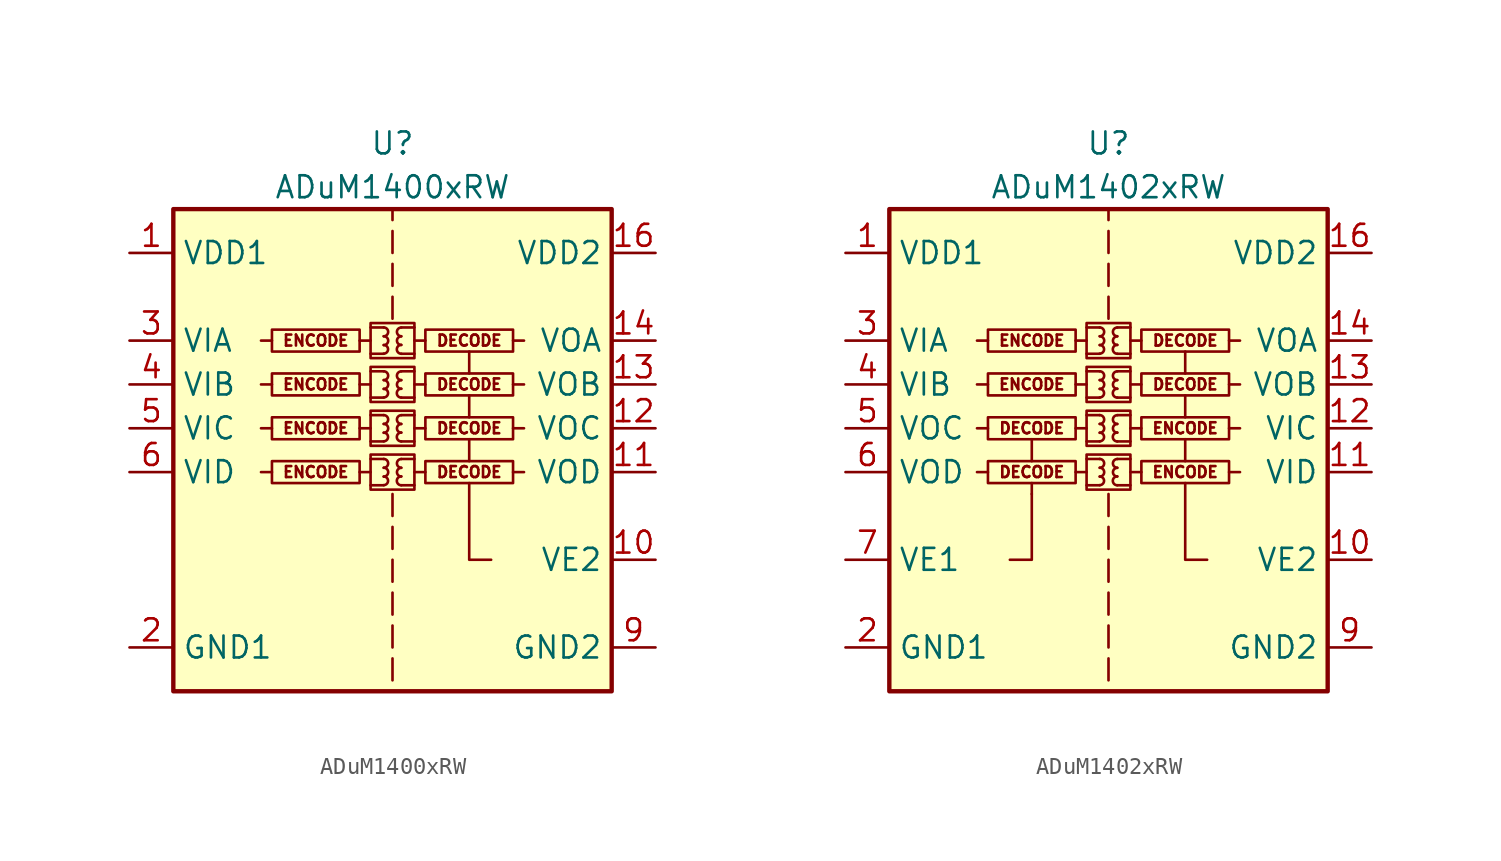
<source format=kicad_sym>
(kicad_symbol_lib
  (version 20220914)
  (generator kicad_symbol_editor)
  (symbol "ADuM1400xRW"
    (property "Reference" "U"
      (at 0 19.05 0)
      (effects (font (size 1.27 1.27))))
    (property "Value" "ADuM1400xRW"
      (at 0 16.51 0)
      (effects (font (size 1.27 1.27))))
    (symbol "ADuM1400xRW_0_0"
      (rectangle (start -1.905 0.635) (end -6.985 -0.635) (stroke (width 0) (type default)) (fill (type none)))
      (rectangle (start -1.27 1.016) (end 1.27 -1.016) (stroke (width 0) (type default)) (fill (type none)))
      (rectangle (start -1.27 3.556) (end 1.27 1.524) (stroke (width 0) (type default)) (fill (type none)))
      (rectangle (start -1.27 6.096) (end 1.27 4.064) (stroke (width 0) (type default)) (fill (type none)))
      (rectangle (start -1.27 8.636) (end 1.27 6.604) (stroke (width 0) (type default)) (fill (type none)))
      (arc (start -0.508 -0.762) (mid -0.2551 -0.508) (end -0.508 -0.254) (stroke (width 0) (type default)) (fill (type none)))
      (arc (start -0.508 -0.254) (mid -0.2551 0) (end -0.508 0.254) (stroke (width 0) (type default)) (fill (type none)))
      (arc (start -0.508 0.254) (mid -0.2551 0.508) (end -0.508 0.762) (stroke (width 0) (type default)) (fill (type none)))
      (arc (start -0.508 1.778) (mid -0.2551 2.032) (end -0.508 2.286) (stroke (width 0) (type default)) (fill (type none)))
      (arc (start -0.508 2.286) (mid -0.2551 2.54) (end -0.508 2.794) (stroke (width 0) (type default)) (fill (type none)))
      (arc (start -0.508 2.794) (mid -0.2551 3.048) (end -0.508 3.302) (stroke (width 0) (type default)) (fill (type none)))
      (arc (start -0.508 4.318) (mid -0.2551 4.572) (end -0.508 4.826) (stroke (width 0) (type default)) (fill (type none)))
      (arc (start -0.508 4.826) (mid -0.2551 5.08) (end -0.508 5.334) (stroke (width 0) (type default)) (fill (type none)))
      (arc (start -0.508 5.334) (mid -0.2551 5.588) (end -0.508 5.842) (stroke (width 0) (type default)) (fill (type none)))
      (arc (start -0.508 6.858) (mid -0.2551 7.112) (end -0.508 7.366) (stroke (width 0) (type default)) (fill (type none)))
      (arc (start -0.508 7.366) (mid -0.2551 7.62) (end -0.508 7.874) (stroke (width 0) (type default)) (fill (type none)))
      (arc (start -0.508 7.874) (mid -0.2551 8.128) (end -0.508 8.382) (stroke (width 0) (type default)) (fill (type none)))
      (polyline (pts (xy -6.985 0) (xy -7.62 0)) (stroke (width 0) (type default)) (fill (type none)))
      (polyline (pts (xy -6.985 2.54) (xy -7.62 2.54)) (stroke (width 0) (type default)) (fill (type none)))
      (polyline (pts (xy -6.985 5.08) (xy -7.62 5.08)) (stroke (width 0) (type default)) (fill (type none)))
      (polyline (pts (xy -6.985 7.62) (xy -7.62 7.62)) (stroke (width 0) (type default)) (fill (type none)))
      (polyline (pts (xy -1.905 0) (xy -1.27 0)) (stroke (width 0) (type default)) (fill (type none)))
      (polyline (pts (xy -1.905 2.54) (xy -1.27 2.54)) (stroke (width 0) (type default)) (fill (type none)))
      (polyline (pts (xy -1.905 5.08) (xy -1.27 5.08)) (stroke (width 0) (type default)) (fill (type none)))
      (polyline (pts (xy -1.905 7.62) (xy -1.27 7.62)) (stroke (width 0) (type default)) (fill (type none)))
      (polyline (pts (xy -1.27 -0.762) (xy -0.508 -0.762)) (stroke (width 0) (type default)) (fill (type none)))
      (polyline (pts (xy -1.27 0.762) (xy -0.508 0.762)) (stroke (width 0) (type default)) (fill (type none)))
      (polyline (pts (xy -1.27 1.778) (xy -0.508 1.778)) (stroke (width 0) (type default)) (fill (type none)))
      (polyline (pts (xy -1.27 3.302) (xy -0.508 3.302)) (stroke (width 0) (type default)) (fill (type none)))
      (polyline (pts (xy -1.27 4.318) (xy -0.508 4.318)) (stroke (width 0) (type default)) (fill (type none)))
      (polyline (pts (xy -1.27 5.842) (xy -0.508 5.842)) (stroke (width 0) (type default)) (fill (type none)))
      (polyline (pts (xy -1.27 6.858) (xy -0.508 6.858)) (stroke (width 0) (type default)) (fill (type none)))
      (polyline (pts (xy -1.27 8.382) (xy -0.508 8.382)) (stroke (width 0) (type default)) (fill (type none)))
      (polyline (pts (xy 0 -10.795) (xy 0 -12.065)) (stroke (width 0) (type default)) (fill (type none)))
      (polyline (pts (xy 0 -8.89) (xy 0 -10.16)) (stroke (width 0) (type default)) (fill (type none)))
      (polyline (pts (xy 0 -6.985) (xy 0 -8.255)) (stroke (width 0) (type default)) (fill (type none)))
      (polyline (pts (xy 0 -5.08) (xy 0 -6.35)) (stroke (width 0) (type default)) (fill (type none)))
      (polyline (pts (xy 0 -3.175) (xy 0 -4.445)) (stroke (width 0) (type default)) (fill (type none)))
      (polyline (pts (xy 0 -1.27) (xy 0 -2.54)) (stroke (width 0) (type default)) (fill (type none)))
      (polyline (pts (xy 0 8.89) (xy 0 10.16)) (stroke (width 0) (type default)) (fill (type none)))
      (polyline (pts (xy 0 10.795) (xy 0 12.065)) (stroke (width 0) (type default)) (fill (type none)))
      (polyline (pts (xy 0 12.7) (xy 0 13.97)) (stroke (width 0) (type default)) (fill (type none)))
      (polyline (pts (xy 0 15.24) (xy 0 14.605)) (stroke (width 0) (type default)) (fill (type none)))
      (polyline (pts (xy 1.27 -0.762) (xy 0.508 -0.762)) (stroke (width 0) (type default)) (fill (type none)))
      (polyline (pts (xy 1.27 0.762) (xy 0.508 0.762)) (stroke (width 0) (type default)) (fill (type none)))
      (polyline (pts (xy 1.27 1.778) (xy 0.508 1.778)) (stroke (width 0) (type default)) (fill (type none)))
      (polyline (pts (xy 1.27 3.302) (xy 0.508 3.302)) (stroke (width 0) (type default)) (fill (type none)))
      (polyline (pts (xy 1.27 4.318) (xy 0.508 4.318)) (stroke (width 0) (type default)) (fill (type none)))
      (polyline (pts (xy 1.27 5.842) (xy 0.508 5.842)) (stroke (width 0) (type default)) (fill (type none)))
      (polyline (pts (xy 1.27 6.858) (xy 0.508 6.858)) (stroke (width 0) (type default)) (fill (type none)))
      (polyline (pts (xy 1.27 8.382) (xy 0.508 8.382)) (stroke (width 0) (type default)) (fill (type none)))
      (polyline (pts (xy 1.905 0) (xy 1.27 0)) (stroke (width 0) (type default)) (fill (type none)))
      (polyline (pts (xy 1.905 2.54) (xy 1.27 2.54)) (stroke (width 0) (type default)) (fill (type none)))
      (polyline (pts (xy 1.905 5.08) (xy 1.27 5.08)) (stroke (width 0) (type default)) (fill (type none)))
      (polyline (pts (xy 1.905 7.62) (xy 1.27 7.62)) (stroke (width 0) (type default)) (fill (type none)))
      (polyline (pts (xy 4.445 0.635) (xy 4.445 1.905)) (stroke (width 0) (type default)) (fill (type none)))
      (polyline (pts (xy 4.445 3.175) (xy 4.445 4.445)) (stroke (width 0) (type default)) (fill (type none)))
      (polyline (pts (xy 4.445 5.715) (xy 4.445 6.985)) (stroke (width 0) (type default)) (fill (type none)))
      (polyline (pts (xy 6.985 0) (xy 7.62 0)) (stroke (width 0) (type default)) (fill (type none)))
      (polyline (pts (xy 6.985 2.54) (xy 7.62 2.54)) (stroke (width 0) (type default)) (fill (type none)))
      (polyline (pts (xy 6.985 5.08) (xy 7.62 5.08)) (stroke (width 0) (type default)) (fill (type none)))
      (polyline (pts (xy 6.985 7.62) (xy 7.62 7.62)) (stroke (width 0) (type default)) (fill (type none)))
      (polyline (pts (xy 5.715 -5.08) (xy 4.445 -5.08) (xy 4.445 -0.635)) (stroke (width 0) (type default)) (fill (type none)))
      (arc (start 0.508 -0.254) (mid 0.2551 -0.508) (end 0.508 -0.762) (stroke (width 0) (type default)) (fill (type none)))
      (arc (start 0.508 0.254) (mid 0.2551 0) (end 0.508 -0.254) (stroke (width 0) (type default)) (fill (type none)))
      (arc (start 0.508 0.762) (mid 0.2551 0.508) (end 0.508 0.254) (stroke (width 0) (type default)) (fill (type none)))
      (arc (start 0.508 2.286) (mid 0.2551 2.032) (end 0.508 1.778) (stroke (width 0) (type default)) (fill (type none)))
      (arc (start 0.508 2.794) (mid 0.2551 2.54) (end 0.508 2.286) (stroke (width 0) (type default)) (fill (type none)))
      (arc (start 0.508 3.302) (mid 0.2551 3.048) (end 0.508 2.794) (stroke (width 0) (type default)) (fill (type none)))
      (arc (start 0.508 4.826) (mid 0.2551 4.572) (end 0.508 4.318) (stroke (width 0) (type default)) (fill (type none)))
      (arc (start 0.508 5.334) (mid 0.2551 5.08) (end 0.508 4.826) (stroke (width 0) (type default)) (fill (type none)))
      (arc (start 0.508 5.842) (mid 0.2551 5.588) (end 0.508 5.334) (stroke (width 0) (type default)) (fill (type none)))
      (arc (start 0.508 7.366) (mid 0.2551 7.112) (end 0.508 6.858) (stroke (width 0) (type default)) (fill (type none)))
      (arc (start 0.508 7.874) (mid 0.2551 7.62) (end 0.508 7.366) (stroke (width 0) (type default)) (fill (type none)))
      (arc (start 0.508 8.382) (mid 0.2551 8.128) (end 0.508 7.874) (stroke (width 0) (type default)) (fill (type none)))
      (rectangle (start 1.905 0.635) (end 6.985 -0.635) (stroke (width 0) (type default)) (fill (type none)))
      (rectangle (start 1.905 3.175) (end 6.985 1.905) (stroke (width 0) (type default)) (fill (type none)))
      (rectangle (start 1.905 5.715) (end 6.985 4.445) (stroke (width 0) (type default)) (fill (type none)))
      (rectangle (start 1.905 8.255) (end 6.985 6.985) (stroke (width 0) (type default)) (fill (type none)))
      (text "DECODE" (at 4.445 0 0) (effects (font (size 0.635 0.635))))
      (text "DECODE" (at 4.445 2.54 0) (effects (font (size 0.635 0.635))))
      (text "DECODE" (at 4.445 5.08 0) (effects (font (size 0.635 0.635))))
      (text "DECODE" (at 4.445 7.62 0) (effects (font (size 0.635 0.635))))
      (text "ENCODE" (at -4.445 0 0) (effects (font (size 0.635 0.635))))
      (text "ENCODE" (at -4.445 2.54 0) (effects (font (size 0.635 0.635))))
      (text "ENCODE" (at -4.445 5.08 0) (effects (font (size 0.635 0.635))))
      (text "ENCODE" (at -4.445 7.62 0) (effects (font (size 0.635 0.635)))))
    (symbol "ADuM1400xRW_0_1"
      (rectangle (start -12.7 15.24) (end 12.7 -12.7) (stroke (width 0.254) (type default)) (fill (type background)))
      (rectangle (start -1.905 3.175) (end -6.985 1.905) (stroke (width 0) (type default)) (fill (type none)))
      (rectangle (start -1.905 5.715) (end -6.985 4.445) (stroke (width 0) (type default)) (fill (type none)))
      (rectangle (start -1.905 8.255) (end -6.985 6.985) (stroke (width 0) (type default)) (fill (type none))))
    (symbol "ADuM1400xRW_1_1"
      (pin power_in line (at -15.24 12.7 0) (length 2.54) (name "VDD1" (effects (font (size 1.27 1.27)))) (number "1" (effects (font (size 1.27 1.27)))))
      (pin input line (at 15.24 -5.08 180) (length 2.54) (name "VE2" (effects (font (size 1.27 1.27)))) (number "10" (effects (font (size 1.27 1.27)))))
      (pin output line (at 15.24 0 180) (length 2.54) (name "VOD" (effects (font (size 1.27 1.27)))) (number "11" (effects (font (size 1.27 1.27)))))
      (pin output line (at 15.24 2.54 180) (length 2.54) (name "VOC" (effects (font (size 1.27 1.27)))) (number "12" (effects (font (size 1.27 1.27)))))
      (pin output line (at 15.24 5.08 180) (length 2.54) (name "VOB" (effects (font (size 1.27 1.27)))) (number "13" (effects (font (size 1.27 1.27)))))
      (pin output line (at 15.24 7.62 180) (length 2.54) (name "VOA" (effects (font (size 1.27 1.27)))) (number "14" (effects (font (size 1.27 1.27)))))
      (pin passive line (at 15.24 -10.16 180) (length 2.54) hide (name "GND2" (effects (font (size 1.27 1.27)))) (number "15" (effects (font (size 1.27 1.27)))))
      (pin power_in line (at 15.24 12.7 180) (length 2.54) (name "VDD2" (effects (font (size 1.27 1.27)))) (number "16" (effects (font (size 1.27 1.27)))))
      (pin power_in line (at -15.24 -10.16 0) (length 2.54) (name "GND1" (effects (font (size 1.27 1.27)))) (number "2" (effects (font (size 1.27 1.27)))))
      (pin input line (at -15.24 7.62 0) (length 2.54) (name "VIA" (effects (font (size 1.27 1.27)))) (number "3" (effects (font (size 1.27 1.27)))))
      (pin input line (at -15.24 5.08 0) (length 2.54) (name "VIB" (effects (font (size 1.27 1.27)))) (number "4" (effects (font (size 1.27 1.27)))))
      (pin input line (at -15.24 2.54 0) (length 2.54) (name "VIC" (effects (font (size 1.27 1.27)))) (number "5" (effects (font (size 1.27 1.27)))))
      (pin input line (at -15.24 0 0) (length 2.54) (name "VID" (effects (font (size 1.27 1.27)))) (number "6" (effects (font (size 1.27 1.27)))))
      (pin no_connect line (at -12.7 -5.08 0) (length 2.54) hide (name "NC" (effects (font (size 1.27 1.27)))) (number "7" (effects (font (size 1.27 1.27)))))
      (pin passive line (at -15.24 -10.16 0) (length 2.54) hide (name "GND1" (effects (font (size 1.27 1.27)))) (number "8" (effects (font (size 1.27 1.27)))))
      (pin power_in line (at 15.24 -10.16 180) (length 2.54) (name "GND2" (effects (font (size 1.27 1.27)))) (number "9" (effects (font (size 1.27 1.27)))))))
  (symbol "ADuM1402xRW"
    (property "Reference" "U"
      (at 0 19.05 0)
      (effects (font (size 1.27 1.27))))
    (property "Value" "ADuM1402xRW"
      (at 0 16.51 0)
      (effects (font (size 1.27 1.27))))
    (symbol "ADuM1402xRW_0_0"
      (rectangle (start -1.905 0.635) (end -6.985 -0.635) (stroke (width 0) (type default)) (fill (type none)))
      (rectangle (start -1.27 1.016) (end 1.27 -1.016) (stroke (width 0) (type default)) (fill (type none)))
      (rectangle (start -1.27 3.556) (end 1.27 1.524) (stroke (width 0) (type default)) (fill (type none)))
      (rectangle (start -1.27 6.096) (end 1.27 4.064) (stroke (width 0) (type default)) (fill (type none)))
      (rectangle (start -1.27 8.636) (end 1.27 6.604) (stroke (width 0) (type default)) (fill (type none)))
      (arc (start -0.508 -0.762) (mid -0.2551 -0.508) (end -0.508 -0.254) (stroke (width 0) (type default)) (fill (type none)))
      (arc (start -0.508 -0.254) (mid -0.2551 0) (end -0.508 0.254) (stroke (width 0) (type default)) (fill (type none)))
      (arc (start -0.508 0.254) (mid -0.2551 0.508) (end -0.508 0.762) (stroke (width 0) (type default)) (fill (type none)))
      (arc (start -0.508 1.778) (mid -0.2551 2.032) (end -0.508 2.286) (stroke (width 0) (type default)) (fill (type none)))
      (arc (start -0.508 2.286) (mid -0.2551 2.54) (end -0.508 2.794) (stroke (width 0) (type default)) (fill (type none)))
      (arc (start -0.508 2.794) (mid -0.2551 3.048) (end -0.508 3.302) (stroke (width 0) (type default)) (fill (type none)))
      (arc (start -0.508 4.318) (mid -0.2551 4.572) (end -0.508 4.826) (stroke (width 0) (type default)) (fill (type none)))
      (arc (start -0.508 4.826) (mid -0.2551 5.08) (end -0.508 5.334) (stroke (width 0) (type default)) (fill (type none)))
      (arc (start -0.508 5.334) (mid -0.2551 5.588) (end -0.508 5.842) (stroke (width 0) (type default)) (fill (type none)))
      (arc (start -0.508 6.858) (mid -0.2551 7.112) (end -0.508 7.366) (stroke (width 0) (type default)) (fill (type none)))
      (arc (start -0.508 7.366) (mid -0.2551 7.62) (end -0.508 7.874) (stroke (width 0) (type default)) (fill (type none)))
      (arc (start -0.508 7.874) (mid -0.2551 8.128) (end -0.508 8.382) (stroke (width 0) (type default)) (fill (type none)))
      (polyline (pts (xy -6.985 0) (xy -7.62 0)) (stroke (width 0) (type default)) (fill (type none)))
      (polyline (pts (xy -6.985 2.54) (xy -7.62 2.54)) (stroke (width 0) (type default)) (fill (type none)))
      (polyline (pts (xy -6.985 5.08) (xy -7.62 5.08)) (stroke (width 0) (type default)) (fill (type none)))
      (polyline (pts (xy -6.985 7.62) (xy -7.62 7.62)) (stroke (width 0) (type default)) (fill (type none)))
      (polyline (pts (xy -4.445 -1.27) (xy -4.445 -0.635)) (stroke (width 0) (type default)) (fill (type none)))
      (polyline (pts (xy -4.445 0.635) (xy -4.445 1.905)) (stroke (width 0) (type default)) (fill (type none)))
      (polyline (pts (xy -1.905 0) (xy -1.27 0)) (stroke (width 0) (type default)) (fill (type none)))
      (polyline (pts (xy -1.905 2.54) (xy -1.27 2.54)) (stroke (width 0) (type default)) (fill (type none)))
      (polyline (pts (xy -1.905 5.08) (xy -1.27 5.08)) (stroke (width 0) (type default)) (fill (type none)))
      (polyline (pts (xy -1.905 7.62) (xy -1.27 7.62)) (stroke (width 0) (type default)) (fill (type none)))
      (polyline (pts (xy -1.27 -0.762) (xy -0.508 -0.762)) (stroke (width 0) (type default)) (fill (type none)))
      (polyline (pts (xy -1.27 0.762) (xy -0.508 0.762)) (stroke (width 0) (type default)) (fill (type none)))
      (polyline (pts (xy -1.27 1.778) (xy -0.508 1.778)) (stroke (width 0) (type default)) (fill (type none)))
      (polyline (pts (xy -1.27 3.302) (xy -0.508 3.302)) (stroke (width 0) (type default)) (fill (type none)))
      (polyline (pts (xy -1.27 4.318) (xy -0.508 4.318)) (stroke (width 0) (type default)) (fill (type none)))
      (polyline (pts (xy -1.27 5.842) (xy -0.508 5.842)) (stroke (width 0) (type default)) (fill (type none)))
      (polyline (pts (xy -1.27 6.858) (xy -0.508 6.858)) (stroke (width 0) (type default)) (fill (type none)))
      (polyline (pts (xy -1.27 8.382) (xy -0.508 8.382)) (stroke (width 0) (type default)) (fill (type none)))
      (polyline (pts (xy 0 -10.795) (xy 0 -12.065)) (stroke (width 0) (type default)) (fill (type none)))
      (polyline (pts (xy 0 -8.89) (xy 0 -10.16)) (stroke (width 0) (type default)) (fill (type none)))
      (polyline (pts (xy 0 -6.985) (xy 0 -8.255)) (stroke (width 0) (type default)) (fill (type none)))
      (polyline (pts (xy 0 -5.08) (xy 0 -6.35)) (stroke (width 0) (type default)) (fill (type none)))
      (polyline (pts (xy 0 -3.175) (xy 0 -4.445)) (stroke (width 0) (type default)) (fill (type none)))
      (polyline (pts (xy 0 -1.27) (xy 0 -2.54)) (stroke (width 0) (type default)) (fill (type none)))
      (polyline (pts (xy 0 8.89) (xy 0 10.16)) (stroke (width 0) (type default)) (fill (type none)))
      (polyline (pts (xy 0 10.795) (xy 0 12.065)) (stroke (width 0) (type default)) (fill (type none)))
      (polyline (pts (xy 0 12.7) (xy 0 13.97)) (stroke (width 0) (type default)) (fill (type none)))
      (polyline (pts (xy 0 15.24) (xy 0 14.605)) (stroke (width 0) (type default)) (fill (type none)))
      (polyline (pts (xy 1.27 -0.762) (xy 0.508 -0.762)) (stroke (width 0) (type default)) (fill (type none)))
      (polyline (pts (xy 1.27 0.762) (xy 0.508 0.762)) (stroke (width 0) (type default)) (fill (type none)))
      (polyline (pts (xy 1.27 1.778) (xy 0.508 1.778)) (stroke (width 0) (type default)) (fill (type none)))
      (polyline (pts (xy 1.27 3.302) (xy 0.508 3.302)) (stroke (width 0) (type default)) (fill (type none)))
      (polyline (pts (xy 1.27 4.318) (xy 0.508 4.318)) (stroke (width 0) (type default)) (fill (type none)))
      (polyline (pts (xy 1.27 5.842) (xy 0.508 5.842)) (stroke (width 0) (type default)) (fill (type none)))
      (polyline (pts (xy 1.27 6.858) (xy 0.508 6.858)) (stroke (width 0) (type default)) (fill (type none)))
      (polyline (pts (xy 1.27 8.382) (xy 0.508 8.382)) (stroke (width 0) (type default)) (fill (type none)))
      (polyline (pts (xy 1.905 0) (xy 1.27 0)) (stroke (width 0) (type default)) (fill (type none)))
      (polyline (pts (xy 1.905 2.54) (xy 1.27 2.54)) (stroke (width 0) (type default)) (fill (type none)))
      (polyline (pts (xy 1.905 5.08) (xy 1.27 5.08)) (stroke (width 0) (type default)) (fill (type none)))
      (polyline (pts (xy 1.905 7.62) (xy 1.27 7.62)) (stroke (width 0) (type default)) (fill (type none)))
      (polyline (pts (xy 4.445 0.635) (xy 4.445 1.905)) (stroke (width 0) (type default)) (fill (type none)))
      (polyline (pts (xy 4.445 3.175) (xy 4.445 4.445)) (stroke (width 0) (type default)) (fill (type none)))
      (polyline (pts (xy 4.445 5.715) (xy 4.445 6.985)) (stroke (width 0) (type default)) (fill (type none)))
      (polyline (pts (xy 6.985 0) (xy 7.62 0)) (stroke (width 0) (type default)) (fill (type none)))
      (polyline (pts (xy 6.985 2.54) (xy 7.62 2.54)) (stroke (width 0) (type default)) (fill (type none)))
      (polyline (pts (xy 6.985 5.08) (xy 7.62 5.08)) (stroke (width 0) (type default)) (fill (type none)))
      (polyline (pts (xy 6.985 7.62) (xy 7.62 7.62)) (stroke (width 0) (type default)) (fill (type none)))
      (polyline (pts (xy -4.445 -1.27) (xy -4.445 -5.08) (xy -5.715 -5.08)) (stroke (width 0) (type default)) (fill (type none)))
      (polyline (pts (xy 5.715 -5.08) (xy 4.445 -5.08) (xy 4.445 -0.635)) (stroke (width 0) (type default)) (fill (type none)))
      (arc (start 0.508 -0.254) (mid 0.2551 -0.508) (end 0.508 -0.762) (stroke (width 0) (type default)) (fill (type none)))
      (arc (start 0.508 0.254) (mid 0.2551 0) (end 0.508 -0.254) (stroke (width 0) (type default)) (fill (type none)))
      (arc (start 0.508 0.762) (mid 0.2551 0.508) (end 0.508 0.254) (stroke (width 0) (type default)) (fill (type none)))
      (arc (start 0.508 2.286) (mid 0.2551 2.032) (end 0.508 1.778) (stroke (width 0) (type default)) (fill (type none)))
      (arc (start 0.508 2.794) (mid 0.2551 2.54) (end 0.508 2.286) (stroke (width 0) (type default)) (fill (type none)))
      (arc (start 0.508 3.302) (mid 0.2551 3.048) (end 0.508 2.794) (stroke (width 0) (type default)) (fill (type none)))
      (arc (start 0.508 4.826) (mid 0.2551 4.572) (end 0.508 4.318) (stroke (width 0) (type default)) (fill (type none)))
      (arc (start 0.508 5.334) (mid 0.2551 5.08) (end 0.508 4.826) (stroke (width 0) (type default)) (fill (type none)))
      (arc (start 0.508 5.842) (mid 0.2551 5.588) (end 0.508 5.334) (stroke (width 0) (type default)) (fill (type none)))
      (arc (start 0.508 7.366) (mid 0.2551 7.112) (end 0.508 6.858) (stroke (width 0) (type default)) (fill (type none)))
      (arc (start 0.508 7.874) (mid 0.2551 7.62) (end 0.508 7.366) (stroke (width 0) (type default)) (fill (type none)))
      (arc (start 0.508 8.382) (mid 0.2551 8.128) (end 0.508 7.874) (stroke (width 0) (type default)) (fill (type none)))
      (rectangle (start 1.905 0.635) (end 6.985 -0.635) (stroke (width 0) (type default)) (fill (type none)))
      (rectangle (start 1.905 3.175) (end 6.985 1.905) (stroke (width 0) (type default)) (fill (type none)))
      (rectangle (start 1.905 5.715) (end 6.985 4.445) (stroke (width 0) (type default)) (fill (type none)))
      (rectangle (start 1.905 8.255) (end 6.985 6.985) (stroke (width 0) (type default)) (fill (type none)))
      (text "DECODE" (at -4.445 0 0) (effects (font (size 0.635 0.635))))
      (text "DECODE" (at -4.445 2.54 0) (effects (font (size 0.635 0.635))))
      (text "DECODE" (at 4.445 5.08 0) (effects (font (size 0.635 0.635))))
      (text "DECODE" (at 4.445 7.62 0) (effects (font (size 0.635 0.635))))
      (text "ENCODE" (at -4.445 5.08 0) (effects (font (size 0.635 0.635))))
      (text "ENCODE" (at -4.445 7.62 0) (effects (font (size 0.635 0.635))))
      (text "ENCODE" (at 4.445 0 0) (effects (font (size 0.635 0.635))))
      (text "ENCODE" (at 4.445 2.54 0) (effects (font (size 0.635 0.635)))))
    (symbol "ADuM1402xRW_0_1"
      (rectangle (start -12.7 15.24) (end 12.7 -12.7) (stroke (width 0.254) (type default)) (fill (type background)))
      (rectangle (start -1.905 3.175) (end -6.985 1.905) (stroke (width 0) (type default)) (fill (type none)))
      (rectangle (start -1.905 5.715) (end -6.985 4.445) (stroke (width 0) (type default)) (fill (type none)))
      (rectangle (start -1.905 8.255) (end -6.985 6.985) (stroke (width 0) (type default)) (fill (type none))))
    (symbol "ADuM1402xRW_1_1"
      (pin power_in line (at -15.24 12.7 0) (length 2.54) (name "VDD1" (effects (font (size 1.27 1.27)))) (number "1" (effects (font (size 1.27 1.27)))))
      (pin input line (at 15.24 -5.08 180) (length 2.54) (name "VE2" (effects (font (size 1.27 1.27)))) (number "10" (effects (font (size 1.27 1.27)))))
      (pin input line (at 15.24 0 180) (length 2.54) (name "VID" (effects (font (size 1.27 1.27)))) (number "11" (effects (font (size 1.27 1.27)))))
      (pin input line (at 15.24 2.54 180) (length 2.54) (name "VIC" (effects (font (size 1.27 1.27)))) (number "12" (effects (font (size 1.27 1.27)))))
      (pin output line (at 15.24 5.08 180) (length 2.54) (name "VOB" (effects (font (size 1.27 1.27)))) (number "13" (effects (font (size 1.27 1.27)))))
      (pin output line (at 15.24 7.62 180) (length 2.54) (name "VOA" (effects (font (size 1.27 1.27)))) (number "14" (effects (font (size 1.27 1.27)))))
      (pin passive line (at 15.24 -10.16 180) (length 2.54) hide (name "GND2" (effects (font (size 1.27 1.27)))) (number "15" (effects (font (size 1.27 1.27)))))
      (pin power_in line (at 15.24 12.7 180) (length 2.54) (name "VDD2" (effects (font (size 1.27 1.27)))) (number "16" (effects (font (size 1.27 1.27)))))
      (pin power_in line (at -15.24 -10.16 0) (length 2.54) (name "GND1" (effects (font (size 1.27 1.27)))) (number "2" (effects (font (size 1.27 1.27)))))
      (pin input line (at -15.24 7.62 0) (length 2.54) (name "VIA" (effects (font (size 1.27 1.27)))) (number "3" (effects (font (size 1.27 1.27)))))
      (pin input line (at -15.24 5.08 0) (length 2.54) (name "VIB" (effects (font (size 1.27 1.27)))) (number "4" (effects (font (size 1.27 1.27)))))
      (pin output line (at -15.24 2.54 0) (length 2.54) (name "VOC" (effects (font (size 1.27 1.27)))) (number "5" (effects (font (size 1.27 1.27)))))
      (pin output line (at -15.24 0 0) (length 2.54) (name "VOD" (effects (font (size 1.27 1.27)))) (number "6" (effects (font (size 1.27 1.27)))))
      (pin input line (at -15.24 -5.08 0) (length 2.54) (name "VE1" (effects (font (size 1.27 1.27)))) (number "7" (effects (font (size 1.27 1.27)))))
      (pin passive line (at -15.24 -10.16 0) (length 2.54) hide (name "GND1" (effects (font (size 1.27 1.27)))) (number "8" (effects (font (size 1.27 1.27)))))
      (pin power_in line (at 15.24 -10.16 180) (length 2.54) (name "GND2" (effects (font (size 1.27 1.27)))) (number "9" (effects (font (size 1.27 1.27))))))))
</source>
